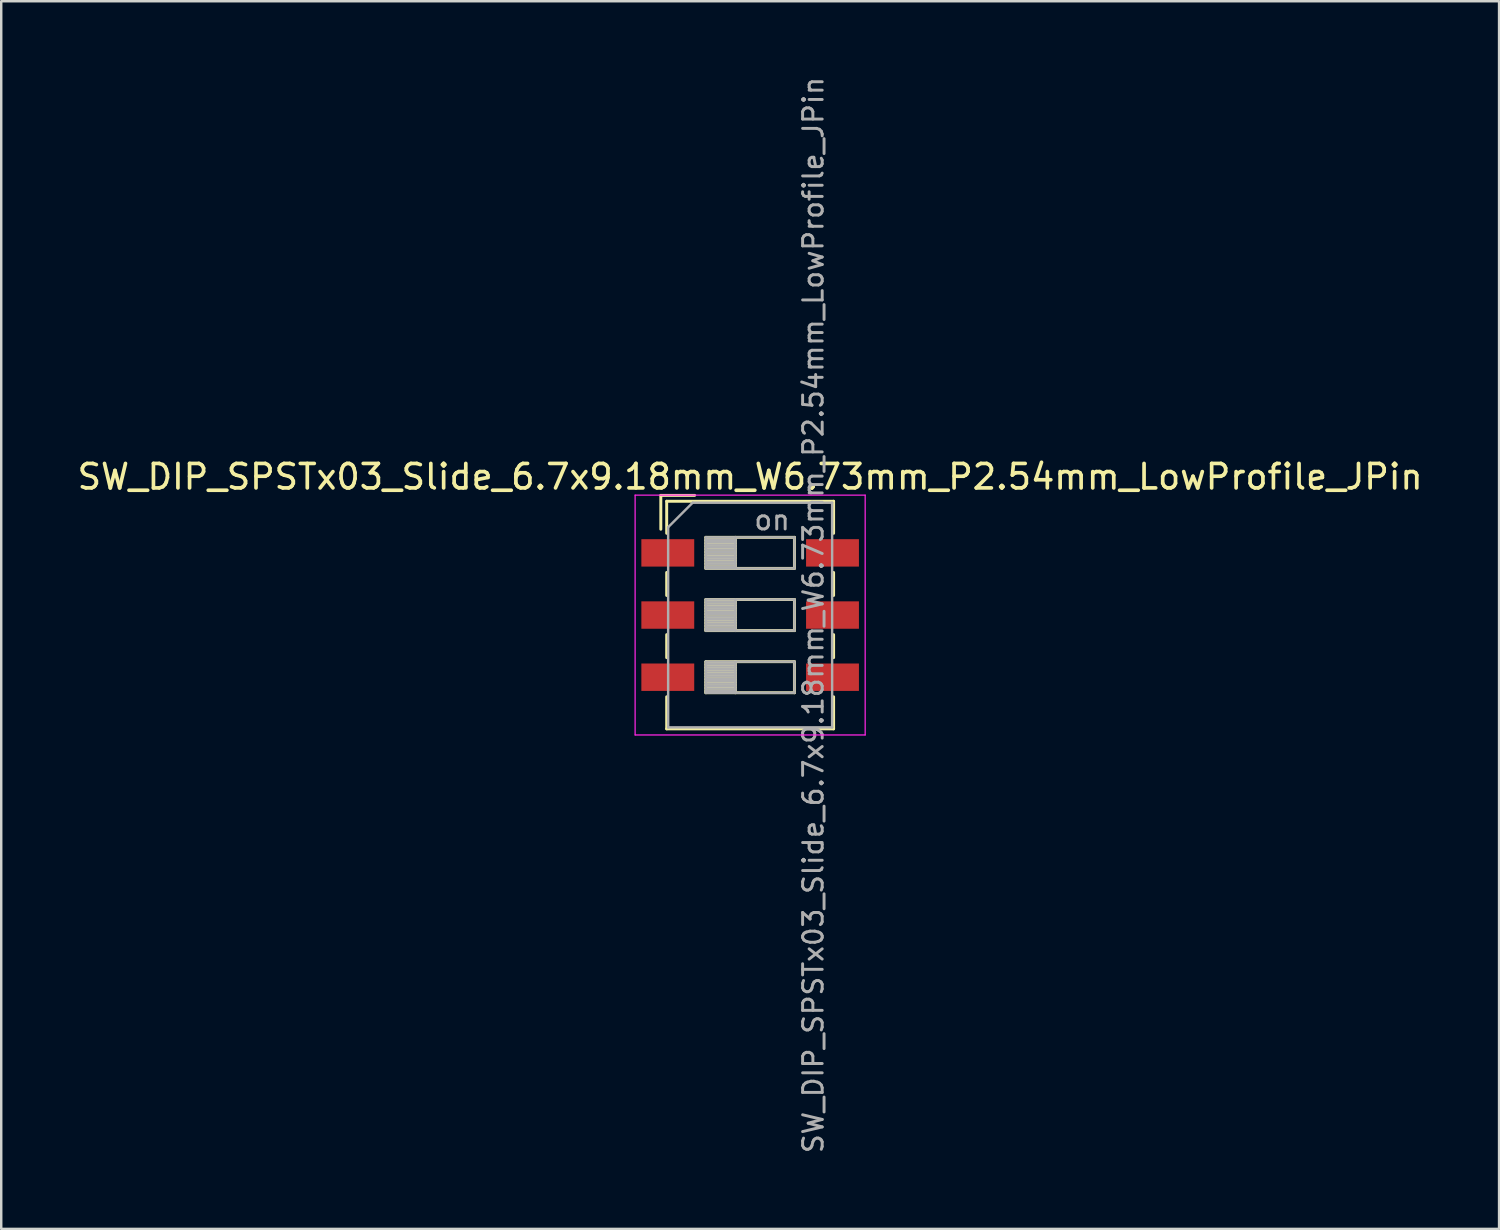
<source format=kicad_pcb>
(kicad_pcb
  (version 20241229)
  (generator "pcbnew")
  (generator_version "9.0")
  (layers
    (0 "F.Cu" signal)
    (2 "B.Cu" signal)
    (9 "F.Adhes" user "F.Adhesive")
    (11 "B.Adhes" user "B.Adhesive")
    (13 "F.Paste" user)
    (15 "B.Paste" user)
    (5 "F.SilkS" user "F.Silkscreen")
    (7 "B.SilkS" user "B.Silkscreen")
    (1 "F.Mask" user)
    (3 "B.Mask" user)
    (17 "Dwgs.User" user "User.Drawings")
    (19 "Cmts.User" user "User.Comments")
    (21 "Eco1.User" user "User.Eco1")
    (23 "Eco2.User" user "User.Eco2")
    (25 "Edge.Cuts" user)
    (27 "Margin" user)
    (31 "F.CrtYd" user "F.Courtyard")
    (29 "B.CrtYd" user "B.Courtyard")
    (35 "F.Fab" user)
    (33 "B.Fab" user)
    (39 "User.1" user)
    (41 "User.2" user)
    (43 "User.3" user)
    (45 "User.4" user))
  (footprint "SW_DIP_SPSTx03_Slide_6.7x9.18mm_W6.73mm_P2.54mm_LowProfile_JPin"
    (layer "F.Cu")
    (at 27.601 22.081)
    (property "Reference" "SW_DIP_SPSTx03_Slide_6.7x9.18mm_W6.73mm_P2.54mm_LowProfile_JPin" (at 0 -5.65 0) (layer "F.SilkS") (effects (font (size 1 1) (thickness 0.15))))
    (attr smd)
    (fp_line (start -3.65 -4.89) (end -3.65 -3.507) (stroke (width 0.12) (type solid)) (layer "F.SilkS"))
    (fp_line (start -3.65 -4.89) (end -2.267 -4.89) (stroke (width 0.12) (type solid)) (layer "F.SilkS"))
    (fp_line (start -3.41 -4.65) (end -3.41 -3.34) (stroke (width 0.12) (type solid)) (layer "F.SilkS"))
    (fp_line (start -3.41 -4.65) (end 3.41 -4.65) (stroke (width 0.12) (type solid)) (layer "F.SilkS"))
    (fp_line (start -3.41 -1.74) (end -3.41 -0.8) (stroke (width 0.12) (type solid)) (layer "F.SilkS"))
    (fp_line (start -3.41 0.8) (end -3.41 1.74) (stroke (width 0.12) (type solid)) (layer "F.SilkS"))
    (fp_line (start -3.41 3.34) (end -3.41 4.65) (stroke (width 0.12) (type solid)) (layer "F.SilkS"))
    (fp_line (start -3.41 4.65) (end 3.41 4.65) (stroke (width 0.12) (type solid)) (layer "F.SilkS"))
    (fp_line (start -1.81 -3.175) (end -1.81 -1.905) (stroke (width 0.12) (type solid)) (layer "F.SilkS"))
    (fp_line (start -1.81 -3.055) (end -0.603 -3.055) (stroke (width 0.12) (type solid)) (layer "F.SilkS"))
    (fp_line (start -1.81 -2.935) (end -0.603 -2.935) (stroke (width 0.12) (type solid)) (layer "F.SilkS"))
    (fp_line (start -1.81 -2.815) (end -0.603 -2.815) (stroke (width 0.12) (type solid)) (layer "F.SilkS"))
    (fp_line (start -1.81 -2.695) (end -0.603 -2.695) (stroke (width 0.12) (type solid)) (layer "F.SilkS"))
    (fp_line (start -1.81 -2.575) (end -0.603 -2.575) (stroke (width 0.12) (type solid)) (layer "F.SilkS"))
    (fp_line (start -1.81 -2.455) (end -0.603 -2.455) (stroke (width 0.12) (type solid)) (layer "F.SilkS"))
    (fp_line (start -1.81 -2.335) (end -0.603 -2.335) (stroke (width 0.12) (type solid)) (layer "F.SilkS"))
    (fp_line (start -1.81 -2.215) (end -0.603 -2.215) (stroke (width 0.12) (type solid)) (layer "F.SilkS"))
    (fp_line (start -1.81 -2.095) (end -0.603 -2.095) (stroke (width 0.12) (type solid)) (layer "F.SilkS"))
    (fp_line (start -1.81 -1.975) (end -0.603 -1.975) (stroke (width 0.12) (type solid)) (layer "F.SilkS"))
    (fp_line (start -1.81 -1.905) (end 1.81 -1.905) (stroke (width 0.12) (type solid)) (layer "F.SilkS"))
    (fp_line (start -1.81 -0.635) (end -1.81 0.635) (stroke (width 0.12) (type solid)) (layer "F.SilkS"))
    (fp_line (start -1.81 -0.515) (end -0.603 -0.515) (stroke (width 0.12) (type solid)) (layer "F.SilkS"))
    (fp_line (start -1.81 -0.395) (end -0.603 -0.395) (stroke (width 0.12) (type solid)) (layer "F.SilkS"))
    (fp_line (start -1.81 -0.275) (end -0.603 -0.275) (stroke (width 0.12) (type solid)) (layer "F.SilkS"))
    (fp_line (start -1.81 -0.155) (end -0.603 -0.155) (stroke (width 0.12) (type solid)) (layer "F.SilkS"))
    (fp_line (start -1.81 -0.035) (end -0.603 -0.035) (stroke (width 0.12) (type solid)) (layer "F.SilkS"))
    (fp_line (start -1.81 0.085) (end -0.603 0.085) (stroke (width 0.12) (type solid)) (layer "F.SilkS"))
    (fp_line (start -1.81 0.205) (end -0.603 0.205) (stroke (width 0.12) (type solid)) (layer "F.SilkS"))
    (fp_line (start -1.81 0.325) (end -0.603 0.325) (stroke (width 0.12) (type solid)) (layer "F.SilkS"))
    (fp_line (start -1.81 0.445) (end -0.603 0.445) (stroke (width 0.12) (type solid)) (layer "F.SilkS"))
    (fp_line (start -1.81 0.565) (end -0.603 0.565) (stroke (width 0.12) (type solid)) (layer "F.SilkS"))
    (fp_line (start -1.81 0.635) (end 1.81 0.635) (stroke (width 0.12) (type solid)) (layer "F.SilkS"))
    (fp_line (start -1.81 1.905) (end -1.81 3.175) (stroke (width 0.12) (type solid)) (layer "F.SilkS"))
    (fp_line (start -1.81 2.025) (end -0.603 2.025) (stroke (width 0.12) (type solid)) (layer "F.SilkS"))
    (fp_line (start -1.81 2.145) (end -0.603 2.145) (stroke (width 0.12) (type solid)) (layer "F.SilkS"))
    (fp_line (start -1.81 2.265) (end -0.603 2.265) (stroke (width 0.12) (type solid)) (layer "F.SilkS"))
    (fp_line (start -1.81 2.385) (end -0.603 2.385) (stroke (width 0.12) (type solid)) (layer "F.SilkS"))
    (fp_line (start -1.81 2.505) (end -0.603 2.505) (stroke (width 0.12) (type solid)) (layer "F.SilkS"))
    (fp_line (start -1.81 2.625) (end -0.603 2.625) (stroke (width 0.12) (type solid)) (layer "F.SilkS"))
    (fp_line (start -1.81 2.745) (end -0.603 2.745) (stroke (width 0.12) (type solid)) (layer "F.SilkS"))
    (fp_line (start -1.81 2.865) (end -0.603 2.865) (stroke (width 0.12) (type solid)) (layer "F.SilkS"))
    (fp_line (start -1.81 2.985) (end -0.603 2.985) (stroke (width 0.12) (type solid)) (layer "F.SilkS"))
    (fp_line (start -1.81 3.105) (end -0.603 3.105) (stroke (width 0.12) (type solid)) (layer "F.SilkS"))
    (fp_line (start -1.81 3.175) (end 1.81 3.175) (stroke (width 0.12) (type solid)) (layer "F.SilkS"))
    (fp_line (start -0.603 -3.175) (end -0.603 -1.905) (stroke (width 0.12) (type solid)) (layer "F.SilkS"))
    (fp_line (start -0.603 -0.635) (end -0.603 0.635) (stroke (width 0.12) (type solid)) (layer "F.SilkS"))
    (fp_line (start -0.603 1.905) (end -0.603 3.175) (stroke (width 0.12) (type solid)) (layer "F.SilkS"))
    (fp_line (start 1.81 -3.175) (end -1.81 -3.175) (stroke (width 0.12) (type solid)) (layer "F.SilkS"))
    (fp_line (start 1.81 -1.905) (end 1.81 -3.175) (stroke (width 0.12) (type solid)) (layer "F.SilkS"))
    (fp_line (start 1.81 -0.635) (end -1.81 -0.635) (stroke (width 0.12) (type solid)) (layer "F.SilkS"))
    (fp_line (start 1.81 0.635) (end 1.81 -0.635) (stroke (width 0.12) (type solid)) (layer "F.SilkS"))
    (fp_line (start 1.81 1.905) (end -1.81 1.905) (stroke (width 0.12) (type solid)) (layer "F.SilkS"))
    (fp_line (start 1.81 3.175) (end 1.81 1.905) (stroke (width 0.12) (type solid)) (layer "F.SilkS"))
    (fp_line (start 3.41 -4.65) (end 3.41 -3.34) (stroke (width 0.12) (type solid)) (layer "F.SilkS"))
    (fp_line (start 3.41 -1.74) (end 3.41 -0.8) (stroke (width 0.12) (type solid)) (layer "F.SilkS"))
    (fp_line (start 3.41 0.8) (end 3.41 1.74) (stroke (width 0.12) (type solid)) (layer "F.SilkS"))
    (fp_line (start 3.41 3.34) (end 3.41 4.65) (stroke (width 0.12) (type solid)) (layer "F.SilkS"))
    (fp_line (start -4.7 -4.9) (end -4.7 4.9) (stroke (width 0.05) (type solid)) (layer "F.CrtYd"))
    (fp_line (start -4.7 4.9) (end 4.7 4.9) (stroke (width 0.05) (type solid)) (layer "F.CrtYd"))
    (fp_line (start 4.7 -4.9) (end -4.7 -4.9) (stroke (width 0.05) (type solid)) (layer "F.CrtYd"))
    (fp_line (start 4.7 4.9) (end 4.7 -4.9) (stroke (width 0.05) (type solid)) (layer "F.CrtYd"))
    (fp_line (start -3.35 -3.59) (end -2.35 -4.59) (stroke (width 0.1) (type solid)) (layer "F.Fab"))
    (fp_line (start -3.35 4.59) (end -3.35 -3.59) (stroke (width 0.1) (type solid)) (layer "F.Fab"))
    (fp_line (start -2.35 -4.59) (end 3.35 -4.59) (stroke (width 0.1) (type solid)) (layer "F.Fab"))
    (fp_line (start -1.81 -3.175) (end -1.81 -1.905) (stroke (width 0.1) (type solid)) (layer "F.Fab"))
    (fp_line (start -1.81 -3.075) (end -0.603 -3.075) (stroke (width 0.1) (type solid)) (layer "F.Fab"))
    (fp_line (start -1.81 -2.975) (end -0.603 -2.975) (stroke (width 0.1) (type solid)) (layer "F.Fab"))
    (fp_line (start -1.81 -2.875) (end -0.603 -2.875) (stroke (width 0.1) (type solid)) (layer "F.Fab"))
    (fp_line (start -1.81 -2.775) (end -0.603 -2.775) (stroke (width 0.1) (type solid)) (layer "F.Fab"))
    (fp_line (start -1.81 -2.675) (end -0.603 -2.675) (stroke (width 0.1) (type solid)) (layer "F.Fab"))
    (fp_line (start -1.81 -2.575) (end -0.603 -2.575) (stroke (width 0.1) (type solid)) (layer "F.Fab"))
    (fp_line (start -1.81 -2.475) (end -0.603 -2.475) (stroke (width 0.1) (type solid)) (layer "F.Fab"))
    (fp_line (start -1.81 -2.375) (end -0.603 -2.375) (stroke (width 0.1) (type solid)) (layer "F.Fab"))
    (fp_line (start -1.81 -2.275) (end -0.603 -2.275) (stroke (width 0.1) (type solid)) (layer "F.Fab"))
    (fp_line (start -1.81 -2.175) (end -0.603 -2.175) (stroke (width 0.1) (type solid)) (layer "F.Fab"))
    (fp_line (start -1.81 -2.075) (end -0.603 -2.075) (stroke (width 0.1) (type solid)) (layer "F.Fab"))
    (fp_line (start -1.81 -1.975) (end -0.603 -1.975) (stroke (width 0.1) (type solid)) (layer "F.Fab"))
    (fp_line (start -1.81 -1.905) (end 1.81 -1.905) (stroke (width 0.1) (type solid)) (layer "F.Fab"))
    (fp_line (start -1.81 -0.635) (end -1.81 0.635) (stroke (width 0.1) (type solid)) (layer "F.Fab"))
    (fp_line (start -1.81 -0.535) (end -0.603 -0.535) (stroke (width 0.1) (type solid)) (layer "F.Fab"))
    (fp_line (start -1.81 -0.435) (end -0.603 -0.435) (stroke (width 0.1) (type solid)) (layer "F.Fab"))
    (fp_line (start -1.81 -0.335) (end -0.603 -0.335) (stroke (width 0.1) (type solid)) (layer "F.Fab"))
    (fp_line (start -1.81 -0.235) (end -0.603 -0.235) (stroke (width 0.1) (type solid)) (layer "F.Fab"))
    (fp_line (start -1.81 -0.135) (end -0.603 -0.135) (stroke (width 0.1) (type solid)) (layer "F.Fab"))
    (fp_line (start -1.81 -0.035) (end -0.603 -0.035) (stroke (width 0.1) (type solid)) (layer "F.Fab"))
    (fp_line (start -1.81 0.065) (end -0.603 0.065) (stroke (width 0.1) (type solid)) (layer "F.Fab"))
    (fp_line (start -1.81 0.165) (end -0.603 0.165) (stroke (width 0.1) (type solid)) (layer "F.Fab"))
    (fp_line (start -1.81 0.265) (end -0.603 0.265) (stroke (width 0.1) (type solid)) (layer "F.Fab"))
    (fp_line (start -1.81 0.365) (end -0.603 0.365) (stroke (width 0.1) (type solid)) (layer "F.Fab"))
    (fp_line (start -1.81 0.465) (end -0.603 0.465) (stroke (width 0.1) (type solid)) (layer "F.Fab"))
    (fp_line (start -1.81 0.565) (end -0.603 0.565) (stroke (width 0.1) (type solid)) (layer "F.Fab"))
    (fp_line (start -1.81 0.635) (end 1.81 0.635) (stroke (width 0.1) (type solid)) (layer "F.Fab"))
    (fp_line (start -1.81 1.905) (end -1.81 3.175) (stroke (width 0.1) (type solid)) (layer "F.Fab"))
    (fp_line (start -1.81 2.005) (end -0.603 2.005) (stroke (width 0.1) (type solid)) (layer "F.Fab"))
    (fp_line (start -1.81 2.105) (end -0.603 2.105) (stroke (width 0.1) (type solid)) (layer "F.Fab"))
    (fp_line (start -1.81 2.205) (end -0.603 2.205) (stroke (width 0.1) (type solid)) (layer "F.Fab"))
    (fp_line (start -1.81 2.305) (end -0.603 2.305) (stroke (width 0.1) (type solid)) (layer "F.Fab"))
    (fp_line (start -1.81 2.405) (end -0.603 2.405) (stroke (width 0.1) (type solid)) (layer "F.Fab"))
    (fp_line (start -1.81 2.505) (end -0.603 2.505) (stroke (width 0.1) (type solid)) (layer "F.Fab"))
    (fp_line (start -1.81 2.605) (end -0.603 2.605) (stroke (width 0.1) (type solid)) (layer "F.Fab"))
    (fp_line (start -1.81 2.705) (end -0.603 2.705) (stroke (width 0.1) (type solid)) (layer "F.Fab"))
    (fp_line (start -1.81 2.805) (end -0.603 2.805) (stroke (width 0.1) (type solid)) (layer "F.Fab"))
    (fp_line (start -1.81 2.905) (end -0.603 2.905) (stroke (width 0.1) (type solid)) (layer "F.Fab"))
    (fp_line (start -1.81 3.005) (end -0.603 3.005) (stroke (width 0.1) (type solid)) (layer "F.Fab"))
    (fp_line (start -1.81 3.105) (end -0.603 3.105) (stroke (width 0.1) (type solid)) (layer "F.Fab"))
    (fp_line (start -1.81 3.175) (end 1.81 3.175) (stroke (width 0.1) (type solid)) (layer "F.Fab"))
    (fp_line (start -0.603 -3.175) (end -0.603 -1.905) (stroke (width 0.1) (type solid)) (layer "F.Fab"))
    (fp_line (start -0.603 -0.635) (end -0.603 0.635) (stroke (width 0.1) (type solid)) (layer "F.Fab"))
    (fp_line (start -0.603 1.905) (end -0.603 3.175) (stroke (width 0.1) (type solid)) (layer "F.Fab"))
    (fp_line (start 1.81 -3.175) (end -1.81 -3.175) (stroke (width 0.1) (type solid)) (layer "F.Fab"))
    (fp_line (start 1.81 -1.905) (end 1.81 -3.175) (stroke (width 0.1) (type solid)) (layer "F.Fab"))
    (fp_line (start 1.81 -0.635) (end -1.81 -0.635) (stroke (width 0.1) (type solid)) (layer "F.Fab"))
    (fp_line (start 1.81 0.635) (end 1.81 -0.635) (stroke (width 0.1) (type solid)) (layer "F.Fab"))
    (fp_line (start 1.81 1.905) (end -1.81 1.905) (stroke (width 0.1) (type solid)) (layer "F.Fab"))
    (fp_line (start 1.81 3.175) (end 1.81 1.905) (stroke (width 0.1) (type solid)) (layer "F.Fab"))
    (fp_line (start 3.35 -4.59) (end 3.35 4.59) (stroke (width 0.1) (type solid)) (layer "F.Fab"))
    (fp_line (start 3.35 4.59) (end -3.35 4.59) (stroke (width 0.1) (type solid)) (layer "F.Fab"))
    (fp_text user "${REFERENCE}" (at 2.58 0 90) (layer "F.Fab") (effects (font (size 0.8 0.8) (thickness 0.12))))
    (fp_text user "on" (at 0.897 -3.882 0) (layer "F.Fab") (effects (font (size 0.8 0.8) (thickness 0.12))))
    (pad "1" smd rect (at -3.365 -2.54) (size 2.16 1.12) (layers "F.Cu" "F.Mask" "F.Paste"))
    (pad "2" smd rect (at -3.365 0) (size 2.16 1.12) (layers "F.Cu" "F.Mask" "F.Paste"))
    (pad "3" smd rect (at -3.365 2.54) (size 2.16 1.12) (layers "F.Cu" "F.Mask" "F.Paste"))
    (pad "4" smd rect (at 3.365 2.54) (size 2.16 1.12) (layers "F.Cu" "F.Mask" "F.Paste"))
    (pad "5" smd rect (at 3.365 0) (size 2.16 1.12) (layers "F.Cu" "F.Mask" "F.Paste"))
    (pad "6" smd rect (at 3.365 -2.54) (size 2.16 1.12) (layers "F.Cu" "F.Mask" "F.Paste")))
  (gr_rect
    (start -3 -3)
    (end 58.202 47.162)
    (stroke (width 0.1) (type default))
    (fill no)
    (layer "Edge.Cuts")))
</source>
